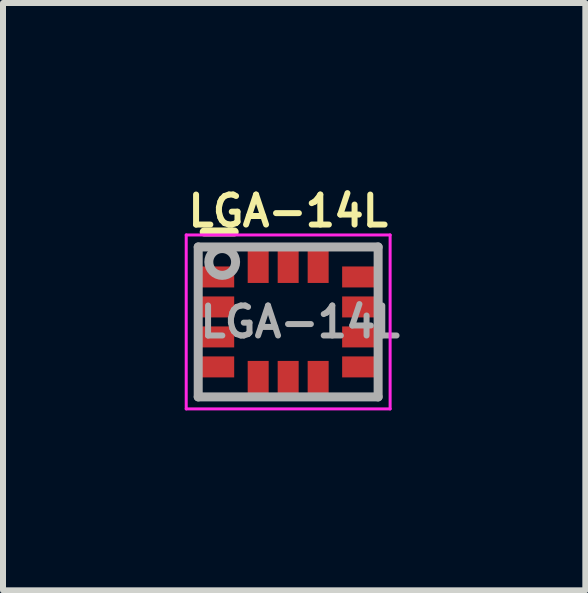
<source format=kicad_pcb>
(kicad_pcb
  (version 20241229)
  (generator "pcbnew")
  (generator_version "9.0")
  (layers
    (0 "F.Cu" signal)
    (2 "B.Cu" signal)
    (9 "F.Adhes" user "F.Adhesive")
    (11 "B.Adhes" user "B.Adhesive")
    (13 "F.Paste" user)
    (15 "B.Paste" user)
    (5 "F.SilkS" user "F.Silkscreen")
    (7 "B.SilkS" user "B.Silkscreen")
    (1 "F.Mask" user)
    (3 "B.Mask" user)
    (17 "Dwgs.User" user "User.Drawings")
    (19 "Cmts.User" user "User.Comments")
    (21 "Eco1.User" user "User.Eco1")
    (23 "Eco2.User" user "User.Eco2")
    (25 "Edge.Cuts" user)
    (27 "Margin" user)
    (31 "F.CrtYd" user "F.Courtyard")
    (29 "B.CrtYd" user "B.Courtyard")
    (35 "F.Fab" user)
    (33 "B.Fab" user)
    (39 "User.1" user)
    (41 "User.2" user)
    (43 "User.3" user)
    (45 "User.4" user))
  (footprint "LGA-14L"
    (layer "F.Cu")
    (at 1.755 2.318)
    (property "Reference" "LGA-14L" (at 0 -1.85 0) (layer "F.SilkS") (effects (font (size 0.5 0.5) (thickness 0.1))))
    (attr smd)
    (fp_line (start -1.4 -1.5) (end -0.9 -1.5) (stroke (width 0.15) (type solid)) (layer "F.SilkS"))
    (fp_line (start -1.7 -1.45) (end -1.7 1.45) (stroke (width 0.05) (type solid)) (layer "F.CrtYd"))
    (fp_line (start -1.7 -1.45) (end 1.7 -1.45) (stroke (width 0.05) (type solid)) (layer "F.CrtYd"))
    (fp_line (start -1.7 1.45) (end 1.7 1.45) (stroke (width 0.05) (type solid)) (layer "F.CrtYd"))
    (fp_line (start 1.7 -1.45) (end 1.7 1.45) (stroke (width 0.05) (type solid)) (layer "F.CrtYd"))
    (fp_line (start -1.5 -1.25) (end 1.5 -1.25) (stroke (width 0.15) (type solid)) (layer "F.Fab"))
    (fp_line (start -1.5 1.25) (end -1.5 -1.25) (stroke (width 0.15) (type solid)) (layer "F.Fab"))
    (fp_line (start 1.5 -1.25) (end 1.5 1.25) (stroke (width 0.15) (type solid)) (layer "F.Fab"))
    (fp_line (start 1.5 1.25) (end -1.5 1.25) (stroke (width 0.15) (type solid)) (layer "F.Fab"))
    (fp_circle (center -1.1 -1) (end -1 -0.8) (stroke (width 0.15) (type solid)) (fill no) (layer "F.Fab"))
    (fp_text user "${REFERENCE}" (at 0.2 0 0) (layer "F.Fab") (effects (font (size 0.5 0.5) (thickness 0.1))))
    (pad "1" smd rect (at -1.175 -0.75) (size 0.55 0.35) (layers "F.Cu" "F.Mask" "F.Paste"))
    (pad "2" smd rect (at -1.175 -0.25) (size 0.55 0.35) (layers "F.Cu" "F.Mask" "F.Paste"))
    (pad "3" smd rect (at -1.175 0.25) (size 0.55 0.35) (layers "F.Cu" "F.Mask" "F.Paste"))
    (pad "4" smd rect (at -1.175 0.75) (size 0.55 0.35) (layers "F.Cu" "F.Mask" "F.Paste"))
    (pad "5" smd rect (at -0.5 0.925) (size 0.35 0.55) (layers "F.Cu" "F.Mask" "F.Paste"))
    (pad "6" smd rect (at 0 0.925) (size 0.35 0.55) (layers "F.Cu" "F.Mask" "F.Paste"))
    (pad "7" smd rect (at 0.5 0.925) (size 0.35 0.55) (layers "F.Cu" "F.Mask" "F.Paste"))
    (pad "8" smd rect (at 1.175 0.75) (size 0.55 0.35) (layers "F.Cu" "F.Mask" "F.Paste"))
    (pad "9" smd rect (at 1.175 0.25) (size 0.55 0.35) (layers "F.Cu" "F.Mask" "F.Paste"))
    (pad "10" smd rect (at 1.175 -0.25) (size 0.55 0.35) (layers "F.Cu" "F.Mask" "F.Paste"))
    (pad "11" smd rect (at 1.175 -0.75) (size 0.55 0.35) (layers "F.Cu" "F.Mask" "F.Paste"))
    (pad "12" smd rect (at 0.5 -0.925) (size 0.35 0.55) (layers "F.Cu" "F.Mask" "F.Paste"))
    (pad "13" smd rect (at 0 -0.925) (size 0.35 0.55) (layers "F.Cu" "F.Mask" "F.Paste"))
    (pad "14" smd rect (at -0.5 -0.925) (size 0.35 0.55) (layers "F.Cu" "F.Mask" "F.Paste")))
  (gr_rect
    (start -3 -3)
    (end 6.71 6.793)
    (stroke (width 0.1) (type default))
    (fill no)
    (layer "Edge.Cuts")))
</source>
